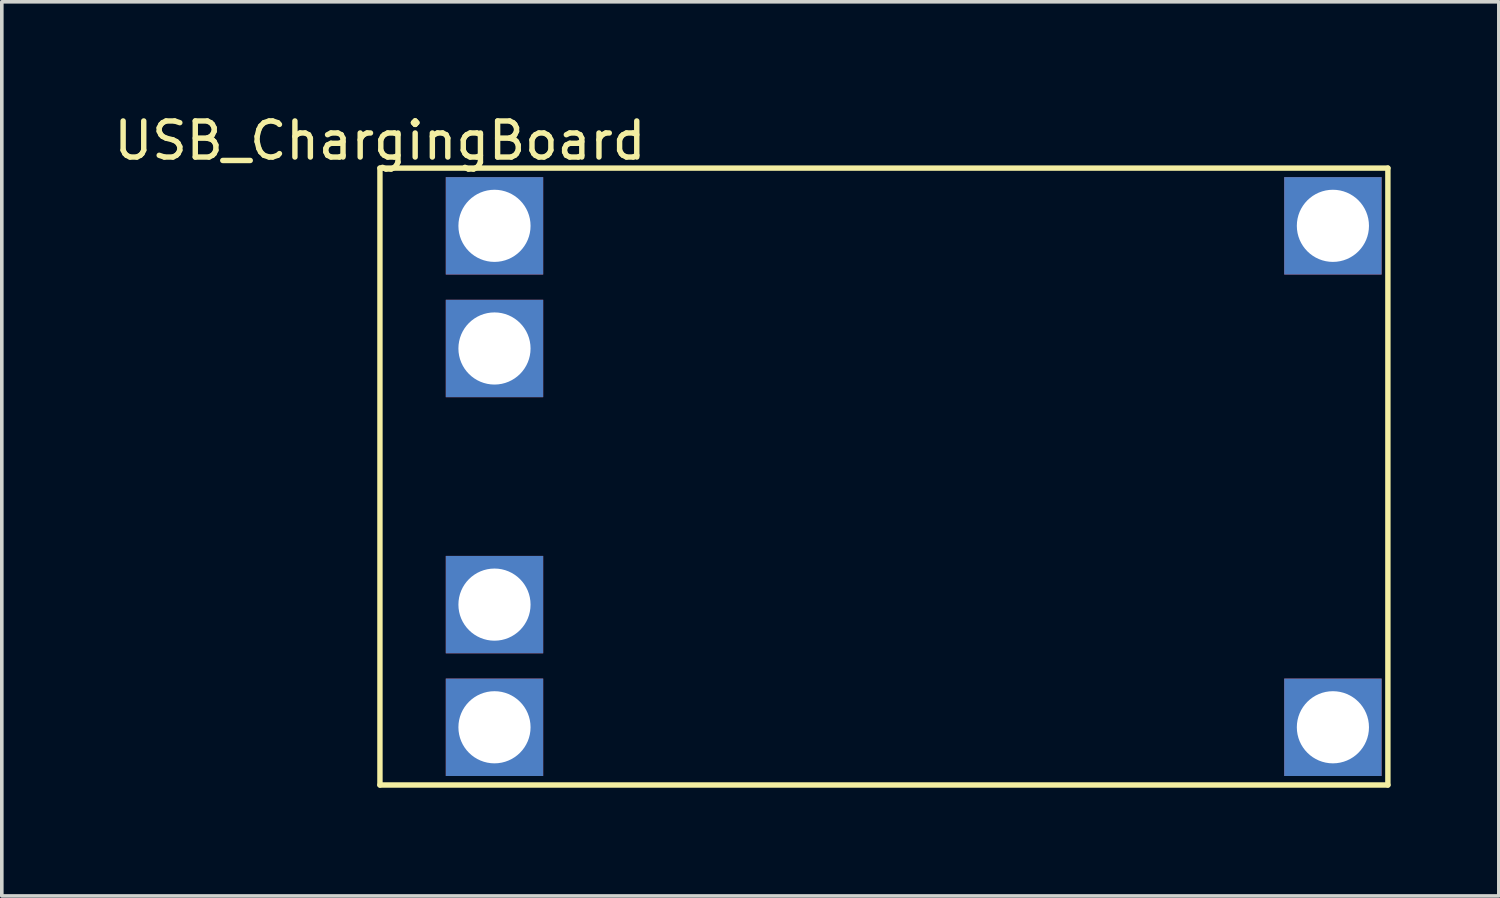
<source format=kicad_pcb>
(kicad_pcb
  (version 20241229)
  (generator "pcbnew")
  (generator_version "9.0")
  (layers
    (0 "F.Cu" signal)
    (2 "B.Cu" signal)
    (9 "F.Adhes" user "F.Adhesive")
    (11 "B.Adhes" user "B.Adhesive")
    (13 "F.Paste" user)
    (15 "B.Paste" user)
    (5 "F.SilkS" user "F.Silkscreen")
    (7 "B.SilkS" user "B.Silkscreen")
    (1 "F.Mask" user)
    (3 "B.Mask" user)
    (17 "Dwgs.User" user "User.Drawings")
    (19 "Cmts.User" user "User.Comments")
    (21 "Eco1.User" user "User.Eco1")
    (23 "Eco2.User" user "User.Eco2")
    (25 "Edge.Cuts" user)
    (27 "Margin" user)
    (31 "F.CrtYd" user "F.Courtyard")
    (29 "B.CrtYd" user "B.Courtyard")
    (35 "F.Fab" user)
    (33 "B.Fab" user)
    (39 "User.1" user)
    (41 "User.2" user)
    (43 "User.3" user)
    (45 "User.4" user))
  (footprint "USB_ChargingBoard"
    (layer "F.Cu")
    (at 7.482 1.61)
    (property "Reference" "USB_ChargingBoard" (at 0 -0.762 0) (layer "F.SilkS") (effects (font (size 1 1) (thickness 0.15))))
    (attr through_hole)
    (fp_line (start 0 0) (end 0 17.1) (stroke (width 0.15) (type solid)) (layer "F.SilkS"))
    (fp_line (start 0 0) (end 27.94 0) (stroke (width 0.15) (type solid)) (layer "F.SilkS"))
    (fp_line (start 0 17.1) (end 27.94 17.1) (stroke (width 0.15) (type solid)) (layer "F.SilkS"))
    (fp_line (start 27.94 0) (end 27.94 17.1) (stroke (width 0.15) (type solid)) (layer "F.SilkS"))
    (pad "1" thru_hole rect (at 3.175 1.6) (size 2.7 2.7) (drill 2) (layers "*.Cu" "*.Mask"))
    (pad "2" thru_hole rect (at 3.175 5) (size 2.7 2.7) (drill 2) (layers "*.Cu" "*.Mask"))
    (pad "3" thru_hole rect (at 3.175 12.1) (size 2.7 2.7) (drill 2) (layers "*.Cu" "*.Mask"))
    (pad "4" thru_hole rect (at 3.175 15.5) (size 2.7 2.7) (drill 2) (layers "*.Cu" "*.Mask"))
    (pad "5" thru_hole rect (at 26.416 1.6) (size 2.7 2.7) (drill 2) (layers "*.Cu" "*.Mask"))
    (pad "6" thru_hole rect (at 26.416 15.5) (size 2.7 2.7) (drill 2) (layers "*.Cu" "*.Mask")))
  (gr_rect
    (start -3 -3)
    (end 38.497 21.785)
    (stroke (width 0.1) (type default))
    (fill no)
    (layer "Edge.Cuts")))
</source>
